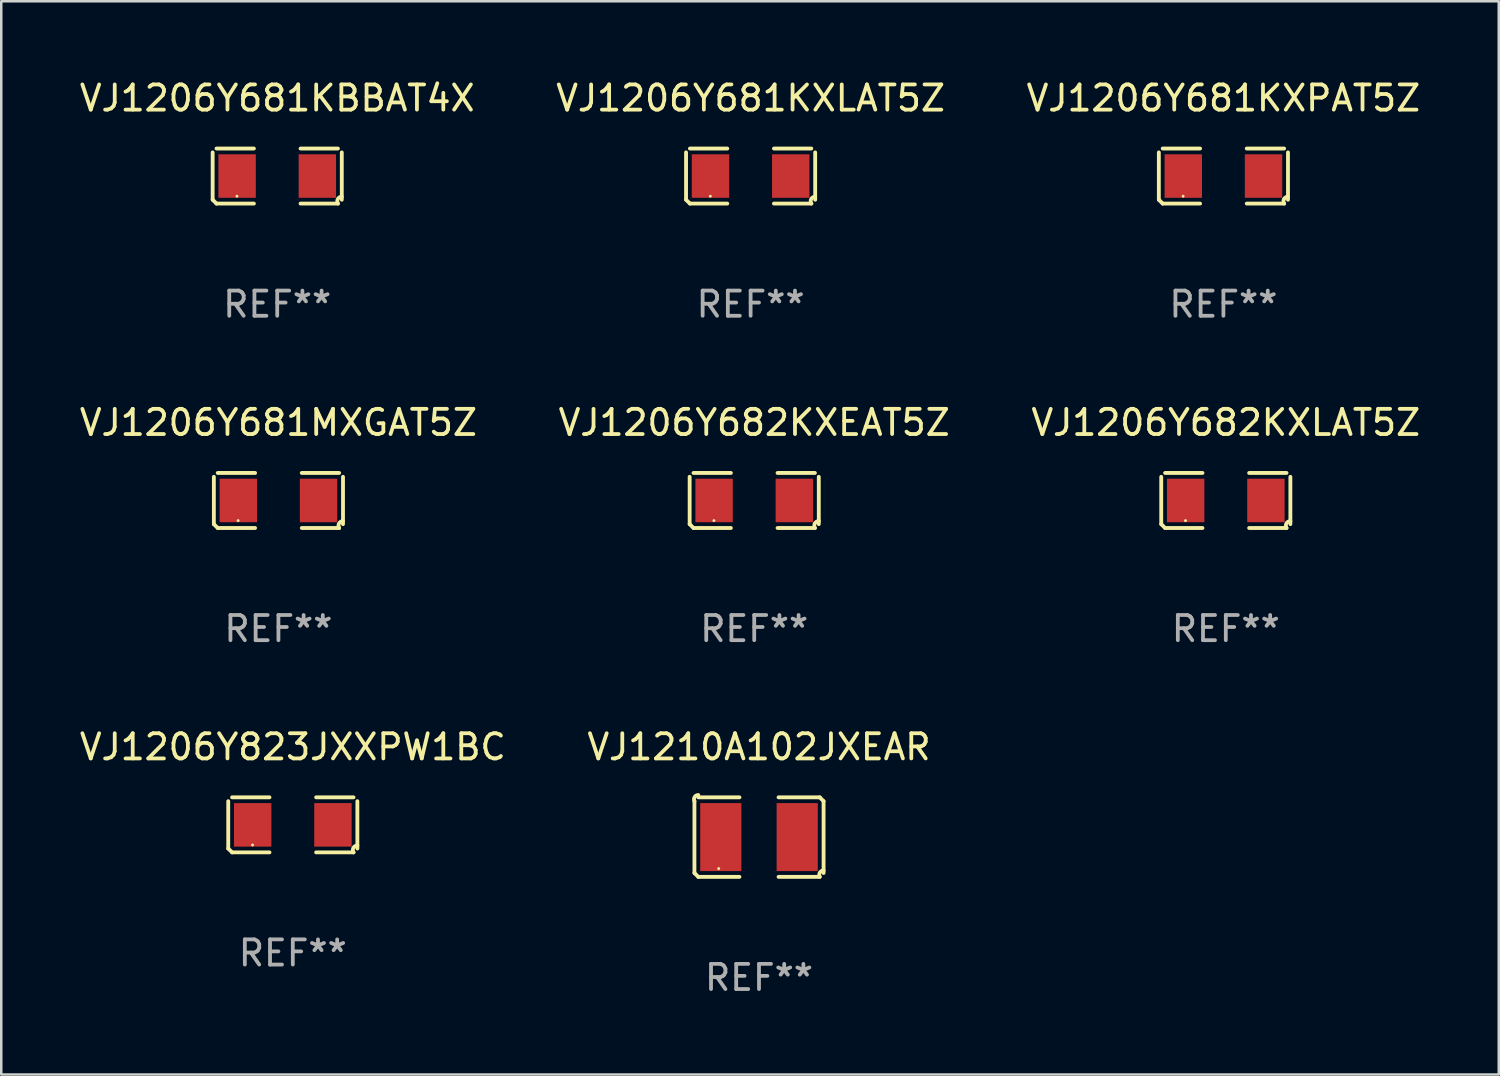
<source format=kicad_pcb>
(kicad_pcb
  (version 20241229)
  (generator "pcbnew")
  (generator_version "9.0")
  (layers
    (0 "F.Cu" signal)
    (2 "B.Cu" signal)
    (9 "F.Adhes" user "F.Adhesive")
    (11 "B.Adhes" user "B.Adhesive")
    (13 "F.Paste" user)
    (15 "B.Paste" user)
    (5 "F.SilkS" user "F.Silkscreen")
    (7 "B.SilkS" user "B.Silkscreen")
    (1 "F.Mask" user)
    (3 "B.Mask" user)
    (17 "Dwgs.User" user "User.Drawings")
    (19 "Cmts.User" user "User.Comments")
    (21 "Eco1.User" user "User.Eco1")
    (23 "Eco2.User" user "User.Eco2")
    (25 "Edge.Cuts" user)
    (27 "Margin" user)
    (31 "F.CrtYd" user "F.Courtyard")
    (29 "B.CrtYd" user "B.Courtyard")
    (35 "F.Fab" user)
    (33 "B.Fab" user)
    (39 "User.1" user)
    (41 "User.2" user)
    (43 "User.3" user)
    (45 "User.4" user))
  (footprint "VJ1206Y682KXLAT5Z"
    (layer "F.Cu")
    (at 45.625 16.823)
    (property "Reference" "VJ1206Y682KXLAT5Z" (at 0 -3.093 0) (layer "F.SilkS") (effects (font (size 1 1) (thickness 0.15))))
    (attr through_hole)
    (fp_line (start -2.564 0.94) (end -2.564 -0.94) (stroke (width 0.152) (type solid)) (layer "F.SilkS"))
    (fp_line (start -2.411 -1.093) (end -0.926 -1.093) (stroke (width 0.152) (type solid)) (layer "F.SilkS"))
    (fp_line (start -0.926 1.093) (end -2.411 1.093) (stroke (width 0.152) (type solid)) (layer "F.SilkS"))
    (fp_line (start 0.926 1.093) (end 2.411 1.093) (stroke (width 0.152) (type solid)) (layer "F.SilkS"))
    (fp_line (start 2.411 -1.093) (end 0.926 -1.093) (stroke (width 0.152) (type solid)) (layer "F.SilkS"))
    (fp_line (start 2.564 0.94) (end 2.564 -0.94) (stroke (width 0.152) (type solid)) (layer "F.SilkS"))
    (fp_arc (start -2.411201 1.092609) (mid -2.487413 1.01642) (end -2.563602 0.940208) (stroke (width 0.1524) (type solid)) (layer "F.SilkS"))
    (fp_arc (start 2.411201 1.092609) (mid 2.407159 0.911226) (end 2.563602 0.819347) (stroke (width 0.1524) (type solid)) (layer "F.SilkS"))
    (fp_circle (center -1.6 0.8) (end -1.57 0.8) (stroke (width 0.06) (type solid)) (fill no) (layer "F.SilkS"))
    (fp_text user "REF**" (at 0 5.093 0) (layer "F.Fab") (effects (font (size 1 1) (thickness 0.15))))
    (pad "1" smd rect (at -1.593 0) (size 1.485 1.728) (layers "F.Cu" "F.Mask" "F.Paste"))
    (pad "2" smd rect (at 1.593 0) (size 1.485 1.728) (layers "F.Cu" "F.Mask" "F.Paste")))
  (footprint "VJ1210A102JXEAR"
    (layer "F.Cu")
    (at 27.089 30.19)
    (property "Reference" "VJ1210A102JXEAR" (at 0 -3.579 0) (layer "F.SilkS") (effects (font (size 1 1) (thickness 0.15))))
    (attr through_hole)
    (fp_line (start -2.564 1.426) (end -2.564 -1.426) (stroke (width 0.152) (type solid)) (layer "F.SilkS"))
    (fp_line (start -2.411 -1.579) (end -0.776 -1.579) (stroke (width 0.152) (type solid)) (layer "F.SilkS"))
    (fp_line (start -0.776 1.579) (end -2.411 1.579) (stroke (width 0.152) (type solid)) (layer "F.SilkS"))
    (fp_line (start 0.776 1.579) (end 2.411 1.579) (stroke (width 0.152) (type solid)) (layer "F.SilkS"))
    (fp_line (start 2.411 -1.579) (end 0.776 -1.579) (stroke (width 0.152) (type solid)) (layer "F.SilkS"))
    (fp_line (start 2.564 1.426) (end 2.564 -1.426) (stroke (width 0.152) (type solid)) (layer "F.SilkS"))
    (fp_arc (start -2.563602 -1.426213) (mid -2.555597 -1.591233) (end -2.411201 -1.671518) (stroke (width 0.1524) (type solid)) (layer "F.SilkS"))
    (fp_arc (start -2.5636 1.426214) (mid -2.487389 1.502402) (end -2.411201 1.578613) (stroke (width 0.1524) (type solid)) (layer "F.SilkS"))
    (fp_arc (start 2.411197 -1.578618) (mid 2.487403 -1.502419) (end 2.563602 -1.426213) (stroke (width 0.1524) (type solid)) (layer "F.SilkS"))
    (fp_arc (start 2.411201 1.578613) (mid 2.416214 1.409455) (end 2.563602 1.32629) (stroke (width 0.1524) (type solid)) (layer "F.SilkS"))
    (fp_circle (center -1.6 1.25) (end -1.57 1.25) (stroke (width 0.06) (type solid)) (fill no) (layer "F.SilkS"))
    (fp_text user "REF**" (at 0 5.579 0) (layer "F.Fab") (effects (font (size 1 1) (thickness 0.15))))
    (pad "1" smd rect (at -1.517 0) (size 1.635 2.7) (layers "F.Cu" "F.Mask" "F.Paste"))
    (pad "2" smd rect (at 1.517 0) (size 1.635 2.7) (layers "F.Cu" "F.Mask" "F.Paste")))
  (footprint "VJ1206Y823JXXPW1BC"
    (layer "F.Cu")
    (at 8.577 29.704)
    (property "Reference" "VJ1206Y823JXXPW1BC" (at 0 -3.093 0) (layer "F.SilkS") (effects (font (size 1 1) (thickness 0.15))))
    (attr through_hole)
    (fp_line (start -2.564 0.94) (end -2.564 -0.94) (stroke (width 0.152) (type solid)) (layer "F.SilkS"))
    (fp_line (start -2.411 -1.093) (end -0.926 -1.093) (stroke (width 0.152) (type solid)) (layer "F.SilkS"))
    (fp_line (start -0.926 1.093) (end -2.411 1.093) (stroke (width 0.152) (type solid)) (layer "F.SilkS"))
    (fp_line (start 0.926 1.093) (end 2.411 1.093) (stroke (width 0.152) (type solid)) (layer "F.SilkS"))
    (fp_line (start 2.411 -1.093) (end 0.926 -1.093) (stroke (width 0.152) (type solid)) (layer "F.SilkS"))
    (fp_line (start 2.564 0.94) (end 2.564 -0.94) (stroke (width 0.152) (type solid)) (layer "F.SilkS"))
    (fp_arc (start -2.411201 1.092609) (mid -2.487413 1.01642) (end -2.563602 0.940208) (stroke (width 0.1524) (type solid)) (layer "F.SilkS"))
    (fp_arc (start 2.411201 1.092609) (mid 2.407159 0.911226) (end 2.563602 0.819347) (stroke (width 0.1524) (type solid)) (layer "F.SilkS"))
    (fp_circle (center -1.6 0.8) (end -1.57 0.8) (stroke (width 0.06) (type solid)) (fill no) (layer "F.SilkS"))
    (fp_text user "REF**" (at 0 5.093 0) (layer "F.Fab") (effects (font (size 1 1) (thickness 0.15))))
    (pad "1" smd rect (at -1.593 0) (size 1.485 1.728) (layers "F.Cu" "F.Mask" "F.Paste"))
    (pad "2" smd rect (at 1.593 0) (size 1.485 1.728) (layers "F.Cu" "F.Mask" "F.Paste")))
  (footprint "VJ1206Y681MXGAT5Z"
    (layer "F.Cu")
    (at 8.006 16.823)
    (property "Reference" "VJ1206Y681MXGAT5Z" (at 0 -3.093 0) (layer "F.SilkS") (effects (font (size 1 1) (thickness 0.15))))
    (attr through_hole)
    (fp_line (start -2.564 0.94) (end -2.564 -0.94) (stroke (width 0.152) (type solid)) (layer "F.SilkS"))
    (fp_line (start -2.411 -1.093) (end -0.926 -1.093) (stroke (width 0.152) (type solid)) (layer "F.SilkS"))
    (fp_line (start -0.926 1.093) (end -2.411 1.093) (stroke (width 0.152) (type solid)) (layer "F.SilkS"))
    (fp_line (start 0.926 1.093) (end 2.411 1.093) (stroke (width 0.152) (type solid)) (layer "F.SilkS"))
    (fp_line (start 2.411 -1.093) (end 0.926 -1.093) (stroke (width 0.152) (type solid)) (layer "F.SilkS"))
    (fp_line (start 2.564 0.94) (end 2.564 -0.94) (stroke (width 0.152) (type solid)) (layer "F.SilkS"))
    (fp_arc (start -2.411201 1.092609) (mid -2.487413 1.01642) (end -2.563602 0.940208) (stroke (width 0.1524) (type solid)) (layer "F.SilkS"))
    (fp_arc (start 2.411201 1.092609) (mid 2.407159 0.911226) (end 2.563602 0.819347) (stroke (width 0.1524) (type solid)) (layer "F.SilkS"))
    (fp_circle (center -1.6 0.8) (end -1.57 0.8) (stroke (width 0.06) (type solid)) (fill no) (layer "F.SilkS"))
    (fp_text user "REF**" (at 0 5.093 0) (layer "F.Fab") (effects (font (size 1 1) (thickness 0.15))))
    (pad "1" smd rect (at -1.593 0) (size 1.485 1.728) (layers "F.Cu" "F.Mask" "F.Paste"))
    (pad "2" smd rect (at 1.593 0) (size 1.485 1.728) (layers "F.Cu" "F.Mask" "F.Paste")))
  (footprint "VJ1206Y681KBBAT4X"
    (layer "F.Cu")
    (at 7.958 3.941)
    (property "Reference" "VJ1206Y681KBBAT4X" (at 0 -3.093 0) (layer "F.SilkS") (effects (font (size 1 1) (thickness 0.15))))
    (attr through_hole)
    (fp_line (start -2.564 0.94) (end -2.564 -0.94) (stroke (width 0.152) (type solid)) (layer "F.SilkS"))
    (fp_line (start -2.411 -1.093) (end -0.926 -1.093) (stroke (width 0.152) (type solid)) (layer "F.SilkS"))
    (fp_line (start -0.926 1.093) (end -2.411 1.093) (stroke (width 0.152) (type solid)) (layer "F.SilkS"))
    (fp_line (start 0.926 1.093) (end 2.411 1.093) (stroke (width 0.152) (type solid)) (layer "F.SilkS"))
    (fp_line (start 2.411 -1.093) (end 0.926 -1.093) (stroke (width 0.152) (type solid)) (layer "F.SilkS"))
    (fp_line (start 2.564 0.94) (end 2.564 -0.94) (stroke (width 0.152) (type solid)) (layer "F.SilkS"))
    (fp_arc (start -2.411201 1.092609) (mid -2.487413 1.01642) (end -2.563602 0.940208) (stroke (width 0.1524) (type solid)) (layer "F.SilkS"))
    (fp_arc (start 2.411201 1.092609) (mid 2.407159 0.911226) (end 2.563602 0.819347) (stroke (width 0.1524) (type solid)) (layer "F.SilkS"))
    (fp_circle (center -1.6 0.8) (end -1.57 0.8) (stroke (width 0.06) (type solid)) (fill no) (layer "F.SilkS"))
    (fp_text user "REF**" (at 0 5.093 0) (layer "F.Fab") (effects (font (size 1 1) (thickness 0.15))))
    (pad "1" smd rect (at -1.593 0) (size 1.485 1.728) (layers "F.Cu" "F.Mask" "F.Paste"))
    (pad "2" smd rect (at 1.593 0) (size 1.485 1.728) (layers "F.Cu" "F.Mask" "F.Paste")))
  (footprint "VJ1206Y681KXLAT5Z"
    (layer "F.Cu")
    (at 26.756 3.941)
    (property "Reference" "VJ1206Y681KXLAT5Z" (at 0 -3.093 0) (layer "F.SilkS") (effects (font (size 1 1) (thickness 0.15))))
    (attr through_hole)
    (fp_line (start -2.564 0.94) (end -2.564 -0.94) (stroke (width 0.152) (type solid)) (layer "F.SilkS"))
    (fp_line (start -2.411 -1.093) (end -0.926 -1.093) (stroke (width 0.152) (type solid)) (layer "F.SilkS"))
    (fp_line (start -0.926 1.093) (end -2.411 1.093) (stroke (width 0.152) (type solid)) (layer "F.SilkS"))
    (fp_line (start 0.926 1.093) (end 2.411 1.093) (stroke (width 0.152) (type solid)) (layer "F.SilkS"))
    (fp_line (start 2.411 -1.093) (end 0.926 -1.093) (stroke (width 0.152) (type solid)) (layer "F.SilkS"))
    (fp_line (start 2.564 0.94) (end 2.564 -0.94) (stroke (width 0.152) (type solid)) (layer "F.SilkS"))
    (fp_arc (start -2.411201 1.092609) (mid -2.487413 1.01642) (end -2.563602 0.940208) (stroke (width 0.1524) (type solid)) (layer "F.SilkS"))
    (fp_arc (start 2.411201 1.092609) (mid 2.407159 0.911226) (end 2.563602 0.819347) (stroke (width 0.1524) (type solid)) (layer "F.SilkS"))
    (fp_circle (center -1.6 0.8) (end -1.57 0.8) (stroke (width 0.06) (type solid)) (fill no) (layer "F.SilkS"))
    (fp_text user "REF**" (at 0 5.093 0) (layer "F.Fab") (effects (font (size 1 1) (thickness 0.15))))
    (pad "1" smd rect (at -1.593 0) (size 1.485 1.728) (layers "F.Cu" "F.Mask" "F.Paste"))
    (pad "2" smd rect (at 1.593 0) (size 1.485 1.728) (layers "F.Cu" "F.Mask" "F.Paste")))
  (footprint "VJ1206Y682KXEAT5Z"
    (layer "F.Cu")
    (at 26.899 16.823)
    (property "Reference" "VJ1206Y682KXEAT5Z" (at 0 -3.093 0) (layer "F.SilkS") (effects (font (size 1 1) (thickness 0.15))))
    (attr through_hole)
    (fp_line (start -2.564 0.94) (end -2.564 -0.94) (stroke (width 0.152) (type solid)) (layer "F.SilkS"))
    (fp_line (start -2.411 -1.093) (end -0.926 -1.093) (stroke (width 0.152) (type solid)) (layer "F.SilkS"))
    (fp_line (start -0.926 1.093) (end -2.411 1.093) (stroke (width 0.152) (type solid)) (layer "F.SilkS"))
    (fp_line (start 0.926 1.093) (end 2.411 1.093) (stroke (width 0.152) (type solid)) (layer "F.SilkS"))
    (fp_line (start 2.411 -1.093) (end 0.926 -1.093) (stroke (width 0.152) (type solid)) (layer "F.SilkS"))
    (fp_line (start 2.564 0.94) (end 2.564 -0.94) (stroke (width 0.152) (type solid)) (layer "F.SilkS"))
    (fp_arc (start -2.411201 1.092609) (mid -2.487413 1.01642) (end -2.563602 0.940208) (stroke (width 0.1524) (type solid)) (layer "F.SilkS"))
    (fp_arc (start 2.411201 1.092609) (mid 2.407159 0.911226) (end 2.563602 0.819347) (stroke (width 0.1524) (type solid)) (layer "F.SilkS"))
    (fp_circle (center -1.6 0.8) (end -1.57 0.8) (stroke (width 0.06) (type solid)) (fill no) (layer "F.SilkS"))
    (fp_text user "REF**" (at 0 5.093 0) (layer "F.Fab") (effects (font (size 1 1) (thickness 0.15))))
    (pad "1" smd rect (at -1.593 0) (size 1.485 1.728) (layers "F.Cu" "F.Mask" "F.Paste"))
    (pad "2" smd rect (at 1.593 0) (size 1.485 1.728) (layers "F.Cu" "F.Mask" "F.Paste")))
  (footprint "VJ1206Y681KXPAT5Z"
    (layer "F.Cu")
    (at 45.53 3.941)
    (property "Reference" "VJ1206Y681KXPAT5Z" (at 0 -3.093 0) (layer "F.SilkS") (effects (font (size 1 1) (thickness 0.15))))
    (attr through_hole)
    (fp_line (start -2.564 0.94) (end -2.564 -0.94) (stroke (width 0.152) (type solid)) (layer "F.SilkS"))
    (fp_line (start -2.411 -1.093) (end -0.926 -1.093) (stroke (width 0.152) (type solid)) (layer "F.SilkS"))
    (fp_line (start -0.926 1.093) (end -2.411 1.093) (stroke (width 0.152) (type solid)) (layer "F.SilkS"))
    (fp_line (start 0.926 1.093) (end 2.411 1.093) (stroke (width 0.152) (type solid)) (layer "F.SilkS"))
    (fp_line (start 2.411 -1.093) (end 0.926 -1.093) (stroke (width 0.152) (type solid)) (layer "F.SilkS"))
    (fp_line (start 2.564 0.94) (end 2.564 -0.94) (stroke (width 0.152) (type solid)) (layer "F.SilkS"))
    (fp_arc (start -2.411201 1.092609) (mid -2.487413 1.01642) (end -2.563602 0.940208) (stroke (width 0.1524) (type solid)) (layer "F.SilkS"))
    (fp_arc (start 2.411201 1.092609) (mid 2.407159 0.911226) (end 2.563602 0.819347) (stroke (width 0.1524) (type solid)) (layer "F.SilkS"))
    (fp_circle (center -1.6 0.8) (end -1.57 0.8) (stroke (width 0.06) (type solid)) (fill no) (layer "F.SilkS"))
    (fp_text user "REF**" (at 0 5.093 0) (layer "F.Fab") (effects (font (size 1 1) (thickness 0.15))))
    (pad "1" smd rect (at -1.593 0) (size 1.485 1.728) (layers "F.Cu" "F.Mask" "F.Paste"))
    (pad "2" smd rect (at 1.593 0) (size 1.485 1.728) (layers "F.Cu" "F.Mask" "F.Paste")))
  (gr_rect
    (start -3 -3)
    (end 56.464 39.617)
    (stroke (width 0.1) (type default))
    (fill no)
    (layer "Edge.Cuts")))
</source>
